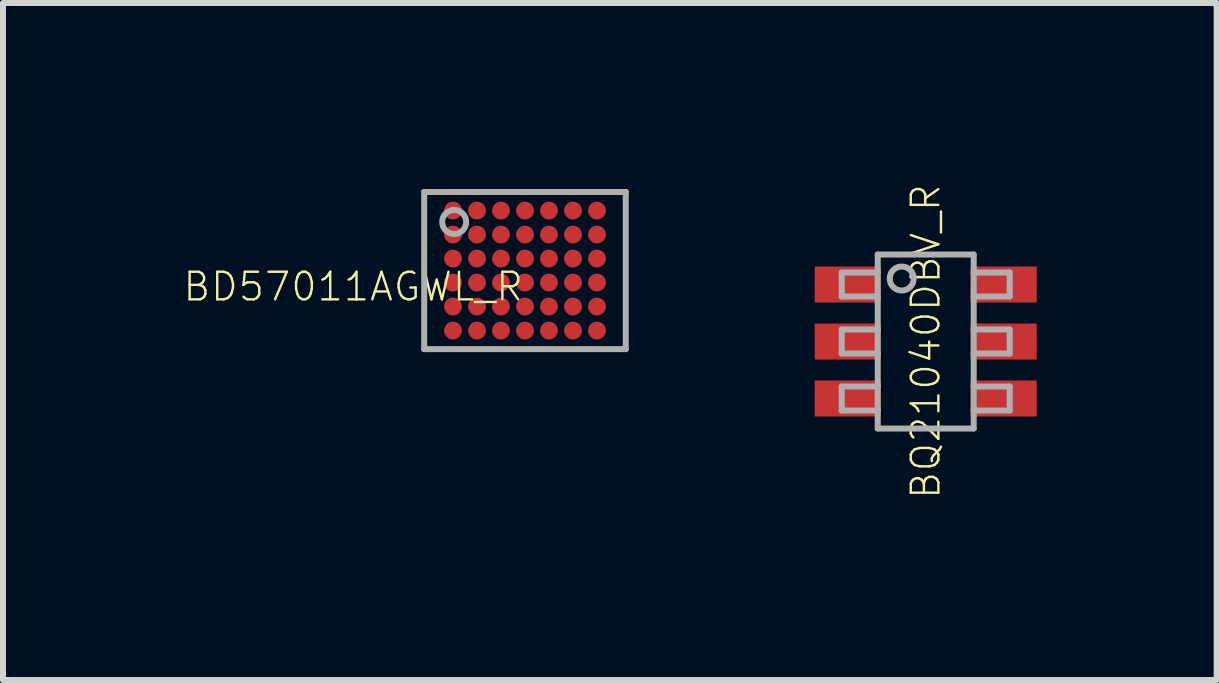
<source format=kicad_pcb>
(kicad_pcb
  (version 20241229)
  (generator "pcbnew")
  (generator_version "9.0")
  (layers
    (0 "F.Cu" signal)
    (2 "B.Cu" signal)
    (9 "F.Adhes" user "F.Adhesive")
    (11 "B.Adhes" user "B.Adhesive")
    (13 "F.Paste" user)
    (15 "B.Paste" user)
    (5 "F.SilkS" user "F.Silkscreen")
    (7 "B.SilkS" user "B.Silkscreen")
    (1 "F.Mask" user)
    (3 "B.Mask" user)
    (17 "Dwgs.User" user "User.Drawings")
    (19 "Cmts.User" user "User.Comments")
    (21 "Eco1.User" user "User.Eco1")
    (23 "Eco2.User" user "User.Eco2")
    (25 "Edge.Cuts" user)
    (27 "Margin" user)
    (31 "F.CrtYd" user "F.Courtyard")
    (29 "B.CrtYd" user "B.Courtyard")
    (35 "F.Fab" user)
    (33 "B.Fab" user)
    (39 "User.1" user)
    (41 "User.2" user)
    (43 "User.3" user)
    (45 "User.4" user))
  (footprint "BD57011AGWL_R"
    (layer "F.Cu")
    (at 5.701 1.46)
    (property "Reference" "BD57011AGWL_R" (at 0 0 0) (unlocked yes) (layer "F.SilkS") (effects (font (size 0.46 0.46) (thickness 0.04)) (justify right top)))
    (fp_line (start -1.78 -1.41) (end -1.78 -1.11) (stroke (width 0.1) (type solid)) (layer "F.Mask"))
    (fp_line (start -1.78 -1.41) (end -1.48 -1.41) (stroke (width 0.1) (type solid)) (layer "F.Mask"))
    (fp_line (start -1.78 1.41) (end -1.78 1.11) (stroke (width 0.1) (type solid)) (layer "F.Mask"))
    (fp_line (start -1.78 1.41) (end -1.48 1.41) (stroke (width 0.1) (type solid)) (layer "F.Mask"))
    (fp_line (start 1.78 -1.41) (end 1.48 -1.41) (stroke (width 0.1) (type solid)) (layer "F.Mask"))
    (fp_line (start 1.78 -1.41) (end 1.78 -1.11) (stroke (width 0.1) (type solid)) (layer "F.Mask"))
    (fp_line (start 1.78 1.41) (end 1.48 1.41) (stroke (width 0.1) (type solid)) (layer "F.Mask"))
    (fp_line (start 1.78 1.41) (end 1.78 1.11) (stroke (width 0.1) (type solid)) (layer "F.Mask"))
    (fp_circle (center -1.2 -1) (end -1.15 -1) (stroke (width 0.1) (type solid)) (fill yes) (layer "F.Mask"))
    (fp_circle (center -1.2 -0.6) (end -1.15 -0.6) (stroke (width 0.1) (type solid)) (fill yes) (layer "F.Mask"))
    (fp_circle (center -1.2 -0.2) (end -1.15 -0.2) (stroke (width 0.1) (type solid)) (fill yes) (layer "F.Mask"))
    (fp_circle (center -1.2 0.2) (end -1.15 0.2) (stroke (width 0.1) (type solid)) (fill yes) (layer "F.Mask"))
    (fp_circle (center -1.2 0.6) (end -1.15 0.6) (stroke (width 0.1) (type solid)) (fill yes) (layer "F.Mask"))
    (fp_circle (center -1.2 1) (end -1.15 1) (stroke (width 0.1) (type solid)) (fill yes) (layer "F.Mask"))
    (fp_circle (center -0.8 -1) (end -0.75 -1) (stroke (width 0.1) (type solid)) (fill yes) (layer "F.Mask"))
    (fp_circle (center -0.8 -0.6) (end -0.75 -0.6) (stroke (width 0.1) (type solid)) (fill yes) (layer "F.Mask"))
    (fp_circle (center -0.8 -0.2) (end -0.75 -0.2) (stroke (width 0.1) (type solid)) (fill yes) (layer "F.Mask"))
    (fp_circle (center -0.8 0.2) (end -0.75 0.2) (stroke (width 0.1) (type solid)) (fill yes) (layer "F.Mask"))
    (fp_circle (center -0.8 0.6) (end -0.75 0.6) (stroke (width 0.1) (type solid)) (fill yes) (layer "F.Mask"))
    (fp_circle (center -0.8 1) (end -0.75 1) (stroke (width 0.1) (type solid)) (fill yes) (layer "F.Mask"))
    (fp_circle (center -0.4 -1) (end -0.35 -1) (stroke (width 0.1) (type solid)) (fill yes) (layer "F.Mask"))
    (fp_circle (center -0.4 -0.6) (end -0.35 -0.6) (stroke (width 0.1) (type solid)) (fill yes) (layer "F.Mask"))
    (fp_circle (center -0.4 -0.2) (end -0.35 -0.2) (stroke (width 0.1) (type solid)) (fill yes) (layer "F.Mask"))
    (fp_circle (center -0.4 0.2) (end -0.35 0.2) (stroke (width 0.1) (type solid)) (fill yes) (layer "F.Mask"))
    (fp_circle (center -0.4 0.6) (end -0.35 0.6) (stroke (width 0.1) (type solid)) (fill yes) (layer "F.Mask"))
    (fp_circle (center -0.4 1) (end -0.35 1) (stroke (width 0.1) (type solid)) (fill yes) (layer "F.Mask"))
    (fp_circle (center 0 -1) (end 0.05 -1) (stroke (width 0.1) (type solid)) (fill yes) (layer "F.Mask"))
    (fp_circle (center 0 -0.6) (end 0.05 -0.6) (stroke (width 0.1) (type solid)) (fill yes) (layer "F.Mask"))
    (fp_circle (center 0 -0.2) (end 0.05 -0.2) (stroke (width 0.1) (type solid)) (fill yes) (layer "F.Mask"))
    (fp_circle (center 0 0.2) (end 0.05 0.2) (stroke (width 0.1) (type solid)) (fill yes) (layer "F.Mask"))
    (fp_circle (center 0 0.6) (end 0.05 0.6) (stroke (width 0.1) (type solid)) (fill yes) (layer "F.Mask"))
    (fp_circle (center 0 1) (end 0.05 1) (stroke (width 0.1) (type solid)) (fill yes) (layer "F.Mask"))
    (fp_circle (center 0.4 -1) (end 0.45 -1) (stroke (width 0.1) (type solid)) (fill yes) (layer "F.Mask"))
    (fp_circle (center 0.4 -0.6) (end 0.45 -0.6) (stroke (width 0.1) (type solid)) (fill yes) (layer "F.Mask"))
    (fp_circle (center 0.4 -0.2) (end 0.45 -0.2) (stroke (width 0.1) (type solid)) (fill yes) (layer "F.Mask"))
    (fp_circle (center 0.4 0.2) (end 0.45 0.2) (stroke (width 0.1) (type solid)) (fill yes) (layer "F.Mask"))
    (fp_circle (center 0.4 0.6) (end 0.45 0.6) (stroke (width 0.1) (type solid)) (fill yes) (layer "F.Mask"))
    (fp_circle (center 0.4 1) (end 0.45 1) (stroke (width 0.1) (type solid)) (fill yes) (layer "F.Mask"))
    (fp_circle (center 0.8 -1) (end 0.85 -1) (stroke (width 0.1) (type solid)) (fill yes) (layer "F.Mask"))
    (fp_circle (center 0.8 -0.6) (end 0.85 -0.6) (stroke (width 0.1) (type solid)) (fill yes) (layer "F.Mask"))
    (fp_circle (center 0.8 -0.2) (end 0.85 -0.2) (stroke (width 0.1) (type solid)) (fill yes) (layer "F.Mask"))
    (fp_circle (center 0.8 0.2) (end 0.85 0.2) (stroke (width 0.1) (type solid)) (fill yes) (layer "F.Mask"))
    (fp_circle (center 0.8 0.6) (end 0.85 0.6) (stroke (width 0.1) (type solid)) (fill yes) (layer "F.Mask"))
    (fp_circle (center 0.8 1) (end 0.85 1) (stroke (width 0.1) (type solid)) (fill yes) (layer "F.Mask"))
    (fp_circle (center 1.2 -1) (end 1.25 -1) (stroke (width 0.1) (type solid)) (fill yes) (layer "F.Mask"))
    (fp_circle (center 1.2 -0.6) (end 1.25 -0.6) (stroke (width 0.1) (type solid)) (fill yes) (layer "F.Mask"))
    (fp_circle (center 1.2 -0.2) (end 1.25 -0.2) (stroke (width 0.1) (type solid)) (fill yes) (layer "F.Mask"))
    (fp_circle (center 1.2 0.2) (end 1.25 0.2) (stroke (width 0.1) (type solid)) (fill yes) (layer "F.Mask"))
    (fp_circle (center 1.2 0.6) (end 1.25 0.6) (stroke (width 0.1) (type solid)) (fill yes) (layer "F.Mask"))
    (fp_circle (center 1.2 1) (end 1.25 1) (stroke (width 0.1) (type solid)) (fill yes) (layer "F.Mask"))
    (fp_circle (center -1.2 -1) (end -1.15 -1) (stroke (width 0.1) (type solid)) (fill yes) (layer "F.Paste"))
    (fp_circle (center -1.2 -0.6) (end -1.15 -0.6) (stroke (width 0.1) (type solid)) (fill yes) (layer "F.Paste"))
    (fp_circle (center -1.2 -0.2) (end -1.15 -0.2) (stroke (width 0.1) (type solid)) (fill yes) (layer "F.Paste"))
    (fp_circle (center -1.2 0.2) (end -1.15 0.2) (stroke (width 0.1) (type solid)) (fill yes) (layer "F.Paste"))
    (fp_circle (center -1.2 0.6) (end -1.15 0.6) (stroke (width 0.1) (type solid)) (fill yes) (layer "F.Paste"))
    (fp_circle (center -1.2 1) (end -1.15 1) (stroke (width 0.1) (type solid)) (fill yes) (layer "F.Paste"))
    (fp_circle (center -0.8 -1) (end -0.75 -1) (stroke (width 0.1) (type solid)) (fill yes) (layer "F.Paste"))
    (fp_circle (center -0.8 -0.6) (end -0.75 -0.6) (stroke (width 0.1) (type solid)) (fill yes) (layer "F.Paste"))
    (fp_circle (center -0.8 -0.2) (end -0.75 -0.2) (stroke (width 0.1) (type solid)) (fill yes) (layer "F.Paste"))
    (fp_circle (center -0.8 0.2) (end -0.75 0.2) (stroke (width 0.1) (type solid)) (fill yes) (layer "F.Paste"))
    (fp_circle (center -0.8 0.6) (end -0.75 0.6) (stroke (width 0.1) (type solid)) (fill yes) (layer "F.Paste"))
    (fp_circle (center -0.8 1) (end -0.75 1) (stroke (width 0.1) (type solid)) (fill yes) (layer "F.Paste"))
    (fp_circle (center -0.4 -1) (end -0.35 -1) (stroke (width 0.1) (type solid)) (fill yes) (layer "F.Paste"))
    (fp_circle (center -0.4 -0.6) (end -0.35 -0.6) (stroke (width 0.1) (type solid)) (fill yes) (layer "F.Paste"))
    (fp_circle (center -0.4 -0.2) (end -0.35 -0.2) (stroke (width 0.1) (type solid)) (fill yes) (layer "F.Paste"))
    (fp_circle (center -0.4 0.2) (end -0.35 0.2) (stroke (width 0.1) (type solid)) (fill yes) (layer "F.Paste"))
    (fp_circle (center -0.4 0.6) (end -0.35 0.6) (stroke (width 0.1) (type solid)) (fill yes) (layer "F.Paste"))
    (fp_circle (center -0.4 1) (end -0.35 1) (stroke (width 0.1) (type solid)) (fill yes) (layer "F.Paste"))
    (fp_circle (center 0 -1) (end 0.05 -1) (stroke (width 0.1) (type solid)) (fill yes) (layer "F.Paste"))
    (fp_circle (center 0 -0.6) (end 0.05 -0.6) (stroke (width 0.1) (type solid)) (fill yes) (layer "F.Paste"))
    (fp_circle (center 0 -0.2) (end 0.05 -0.2) (stroke (width 0.1) (type solid)) (fill yes) (layer "F.Paste"))
    (fp_circle (center 0 0.2) (end 0.05 0.2) (stroke (width 0.1) (type solid)) (fill yes) (layer "F.Paste"))
    (fp_circle (center 0 0.6) (end 0.05 0.6) (stroke (width 0.1) (type solid)) (fill yes) (layer "F.Paste"))
    (fp_circle (center 0 1) (end 0.05 1) (stroke (width 0.1) (type solid)) (fill yes) (layer "F.Paste"))
    (fp_circle (center 0.4 -1) (end 0.45 -1) (stroke (width 0.1) (type solid)) (fill yes) (layer "F.Paste"))
    (fp_circle (center 0.4 -0.6) (end 0.45 -0.6) (stroke (width 0.1) (type solid)) (fill yes) (layer "F.Paste"))
    (fp_circle (center 0.4 -0.2) (end 0.45 -0.2) (stroke (width 0.1) (type solid)) (fill yes) (layer "F.Paste"))
    (fp_circle (center 0.4 0.2) (end 0.45 0.2) (stroke (width 0.1) (type solid)) (fill yes) (layer "F.Paste"))
    (fp_circle (center 0.4 0.6) (end 0.45 0.6) (stroke (width 0.1) (type solid)) (fill yes) (layer "F.Paste"))
    (fp_circle (center 0.4 1) (end 0.45 1) (stroke (width 0.1) (type solid)) (fill yes) (layer "F.Paste"))
    (fp_circle (center 0.8 -1) (end 0.85 -1) (stroke (width 0.1) (type solid)) (fill yes) (layer "F.Paste"))
    (fp_circle (center 0.8 -0.6) (end 0.85 -0.6) (stroke (width 0.1) (type solid)) (fill yes) (layer "F.Paste"))
    (fp_circle (center 0.8 -0.2) (end 0.85 -0.2) (stroke (width 0.1) (type solid)) (fill yes) (layer "F.Paste"))
    (fp_circle (center 0.8 0.2) (end 0.85 0.2) (stroke (width 0.1) (type solid)) (fill yes) (layer "F.Paste"))
    (fp_circle (center 0.8 0.6) (end 0.85 0.6) (stroke (width 0.1) (type solid)) (fill yes) (layer "F.Paste"))
    (fp_circle (center 0.8 1) (end 0.85 1) (stroke (width 0.1) (type solid)) (fill yes) (layer "F.Paste"))
    (fp_circle (center 1.2 -1) (end 1.25 -1) (stroke (width 0.1) (type solid)) (fill yes) (layer "F.Paste"))
    (fp_circle (center 1.2 -0.6) (end 1.25 -0.6) (stroke (width 0.1) (type solid)) (fill yes) (layer "F.Paste"))
    (fp_circle (center 1.2 -0.2) (end 1.25 -0.2) (stroke (width 0.1) (type solid)) (fill yes) (layer "F.Paste"))
    (fp_circle (center 1.2 0.2) (end 1.25 0.2) (stroke (width 0.1) (type solid)) (fill yes) (layer "F.Paste"))
    (fp_circle (center 1.2 0.6) (end 1.25 0.6) (stroke (width 0.1) (type solid)) (fill yes) (layer "F.Paste"))
    (fp_circle (center 1.2 1) (end 1.25 1) (stroke (width 0.1) (type solid)) (fill yes) (layer "F.Paste"))
    (fp_line (start -1.68 -1.31) (end 1.68 -1.31) (stroke (width 0.1) (type solid)) (layer "F.Fab"))
    (fp_line (start -1.68 1.31) (end -1.68 -1.31) (stroke (width 0.1) (type solid)) (layer "F.Fab"))
    (fp_line (start 1.68 -1.31) (end 1.68 1.31) (stroke (width 0.1) (type solid)) (layer "F.Fab"))
    (fp_line (start 1.68 1.31) (end -1.68 1.31) (stroke (width 0.1) (type solid)) (layer "F.Fab"))
    (fp_circle (center -1.18 -0.81) (end -0.98 -0.81) (stroke (width 0.1) (type solid)) (fill no) (layer "F.Fab"))
    (pad "A1" smd roundrect (at -1.2 -1) (size 0.3 0.3) (layers "F.Cu") (roundrect_rratio 0.5))
    (pad "A2" smd roundrect (at -0.8 -1) (size 0.3 0.3) (layers "F.Cu") (roundrect_rratio 0.5))
    (pad "A3" smd roundrect (at -0.4 -1) (size 0.3 0.3) (layers "F.Cu") (roundrect_rratio 0.5))
    (pad "A4" smd roundrect (at 0 -1) (size 0.3 0.3) (layers "F.Cu") (roundrect_rratio 0.5))
    (pad "A5" smd roundrect (at 0.4 -1) (size 0.3 0.3) (layers "F.Cu") (roundrect_rratio 0.5))
    (pad "A6" smd roundrect (at 0.8 -1) (size 0.3 0.3) (layers "F.Cu") (roundrect_rratio 0.5))
    (pad "A7" smd roundrect (at 1.2 -1) (size 0.3 0.3) (layers "F.Cu") (roundrect_rratio 0.5))
    (pad "B1" smd roundrect (at -1.2 -0.6) (size 0.3 0.3) (layers "F.Cu") (roundrect_rratio 0.5))
    (pad "B2" smd roundrect (at -0.8 -0.6) (size 0.3 0.3) (layers "F.Cu") (roundrect_rratio 0.5))
    (pad "B3" smd roundrect (at -0.4 -0.6) (size 0.3 0.3) (layers "F.Cu") (roundrect_rratio 0.5))
    (pad "B4" smd roundrect (at 0 -0.6) (size 0.3 0.3) (layers "F.Cu") (roundrect_rratio 0.5))
    (pad "B5" smd roundrect (at 0.4 -0.6) (size 0.3 0.3) (layers "F.Cu") (roundrect_rratio 0.5))
    (pad "B6" smd roundrect (at 0.8 -0.6) (size 0.3 0.3) (layers "F.Cu") (roundrect_rratio 0.5))
    (pad "B7" smd roundrect (at 1.2 -0.6) (size 0.3 0.3) (layers "F.Cu") (roundrect_rratio 0.5))
    (pad "C1" smd roundrect (at -1.2 -0.2) (size 0.3 0.3) (layers "F.Cu") (roundrect_rratio 0.5))
    (pad "C2" smd roundrect (at -0.8 -0.2) (size 0.3 0.3) (layers "F.Cu") (roundrect_rratio 0.5))
    (pad "C3" smd roundrect (at -0.4 -0.2) (size 0.3 0.3) (layers "F.Cu") (roundrect_rratio 0.5))
    (pad "C4" smd roundrect (at 0 -0.2) (size 0.3 0.3) (layers "F.Cu") (roundrect_rratio 0.5))
    (pad "C5" smd roundrect (at 0.4 -0.2) (size 0.3 0.3) (layers "F.Cu") (roundrect_rratio 0.5))
    (pad "C6" smd roundrect (at 0.8 -0.2) (size 0.3 0.3) (layers "F.Cu") (roundrect_rratio 0.5))
    (pad "C7" smd roundrect (at 1.2 -0.2) (size 0.3 0.3) (layers "F.Cu") (roundrect_rratio 0.5))
    (pad "D1" smd roundrect (at -1.2 0.2) (size 0.3 0.3) (layers "F.Cu") (roundrect_rratio 0.5))
    (pad "D2" smd roundrect (at -0.8 0.2) (size 0.3 0.3) (layers "F.Cu") (roundrect_rratio 0.5))
    (pad "D3" smd roundrect (at -0.4 0.2) (size 0.3 0.3) (layers "F.Cu") (roundrect_rratio 0.5))
    (pad "D4" smd roundrect (at 0 0.2) (size 0.3 0.3) (layers "F.Cu") (roundrect_rratio 0.5))
    (pad "D5" smd roundrect (at 0.4 0.2) (size 0.3 0.3) (layers "F.Cu") (roundrect_rratio 0.5))
    (pad "D6" smd roundrect (at 0.8 0.2) (size 0.3 0.3) (layers "F.Cu") (roundrect_rratio 0.5))
    (pad "D7" smd roundrect (at 1.2 0.2) (size 0.3 0.3) (layers "F.Cu") (roundrect_rratio 0.5))
    (pad "E1" smd roundrect (at -1.2 0.6) (size 0.3 0.3) (layers "F.Cu") (roundrect_rratio 0.5))
    (pad "E2" smd roundrect (at -0.8 0.6) (size 0.3 0.3) (layers "F.Cu") (roundrect_rratio 0.5))
    (pad "E3" smd roundrect (at -0.4 0.6) (size 0.3 0.3) (layers "F.Cu") (roundrect_rratio 0.5))
    (pad "E4" smd roundrect (at 0 0.6) (size 0.3 0.3) (layers "F.Cu") (roundrect_rratio 0.5))
    (pad "E5" smd roundrect (at 0.4 0.6) (size 0.3 0.3) (layers "F.Cu") (roundrect_rratio 0.5))
    (pad "E6" smd roundrect (at 0.8 0.6) (size 0.3 0.3) (layers "F.Cu") (roundrect_rratio 0.5))
    (pad "E7" smd roundrect (at 1.2 0.6) (size 0.3 0.3) (layers "F.Cu") (roundrect_rratio 0.5))
    (pad "F1" smd roundrect (at -1.2 1) (size 0.3 0.3) (layers "F.Cu") (roundrect_rratio 0.5))
    (pad "F2" smd roundrect (at -0.8 1) (size 0.3 0.3) (layers "F.Cu") (roundrect_rratio 0.5))
    (pad "F3" smd roundrect (at -0.4 1) (size 0.3 0.3) (layers "F.Cu") (roundrect_rratio 0.5))
    (pad "F4" smd roundrect (at 0 1) (size 0.3 0.3) (layers "F.Cu") (roundrect_rratio 0.5))
    (pad "F5" smd roundrect (at 0.4 1) (size 0.3 0.3) (layers "F.Cu") (roundrect_rratio 0.5))
    (pad "F6" smd roundrect (at 0.8 1) (size 0.3 0.3) (layers "F.Cu") (roundrect_rratio 0.5))
    (pad "F7" smd roundrect (at 1.2 1) (size 0.3 0.3) (layers "F.Cu") (roundrect_rratio 0.5)))
  (footprint "BQ21040DBV_R"
    (layer "F.Cu")
    (at 12.381 2.643)
    (property "Reference" "BQ21040DBV_R" (at 0 0 90) (unlocked yes) (layer "F.SilkS") (effects (font (size 0.46 0.46) (thickness 0.04))))
    (fp_line (start -1.4 -1.15) (end -1.4 -0.75) (stroke (width 0.1) (type solid)) (layer "F.Fab"))
    (fp_line (start -1.4 -0.75) (end -0.8 -0.75) (stroke (width 0.1) (type solid)) (layer "F.Fab"))
    (fp_line (start -1.4 -0.2) (end -1.4 0.2) (stroke (width 0.1) (type solid)) (layer "F.Fab"))
    (fp_line (start -1.4 0.75) (end -1.4 1.15) (stroke (width 0.1) (type solid)) (layer "F.Fab"))
    (fp_line (start -0.8 -1.45) (end 0.8 -1.45) (stroke (width 0.1) (type solid)) (layer "F.Fab"))
    (fp_line (start -0.8 -1.15) (end -1.4 -1.15) (stroke (width 0.1) (type solid)) (layer "F.Fab"))
    (fp_line (start -0.8 -1.15) (end -0.8 -1.45) (stroke (width 0.1) (type solid)) (layer "F.Fab"))
    (fp_line (start -0.8 -0.75) (end -0.8 -1.15) (stroke (width 0.1) (type solid)) (layer "F.Fab"))
    (fp_line (start -0.8 -0.2) (end -1.4 -0.2) (stroke (width 0.1) (type solid)) (layer "F.Fab"))
    (fp_line (start -0.8 -0.2) (end -0.8 -0.75) (stroke (width 0.1) (type solid)) (layer "F.Fab"))
    (fp_line (start -0.8 0.2) (end -1.4 0.2) (stroke (width 0.1) (type solid)) (layer "F.Fab"))
    (fp_line (start -0.8 0.2) (end -0.8 -0.2) (stroke (width 0.1) (type solid)) (layer "F.Fab"))
    (fp_line (start -0.8 0.75) (end -1.4 0.75) (stroke (width 0.1) (type solid)) (layer "F.Fab"))
    (fp_line (start -0.8 0.75) (end -0.8 0.2) (stroke (width 0.1) (type solid)) (layer "F.Fab"))
    (fp_line (start -0.8 1.15) (end -1.4 1.15) (stroke (width 0.1) (type solid)) (layer "F.Fab"))
    (fp_line (start -0.8 1.15) (end -0.8 0.75) (stroke (width 0.1) (type solid)) (layer "F.Fab"))
    (fp_line (start -0.8 1.45) (end -0.8 1.15) (stroke (width 0.1) (type solid)) (layer "F.Fab"))
    (fp_line (start 0.8 -1.45) (end 0.8 -1.15) (stroke (width 0.1) (type solid)) (layer "F.Fab"))
    (fp_line (start 0.8 -1.15) (end 0.8 -0.75) (stroke (width 0.1) (type solid)) (layer "F.Fab"))
    (fp_line (start 0.8 -0.75) (end 0.8 -0.2) (stroke (width 0.1) (type solid)) (layer "F.Fab"))
    (fp_line (start 0.8 -0.2) (end 0.8 0.2) (stroke (width 0.1) (type solid)) (layer "F.Fab"))
    (fp_line (start 0.8 0.2) (end 0.8 0.75) (stroke (width 0.1) (type solid)) (layer "F.Fab"))
    (fp_line (start 0.8 0.75) (end 0.8 1.15) (stroke (width 0.1) (type solid)) (layer "F.Fab"))
    (fp_line (start 0.8 1.15) (end 0.8 1.45) (stroke (width 0.1) (type solid)) (layer "F.Fab"))
    (fp_line (start 0.8 1.45) (end -0.8 1.45) (stroke (width 0.1) (type solid)) (layer "F.Fab"))
    (fp_line (start 1.4 -1.15) (end 0.8 -1.15) (stroke (width 0.1) (type solid)) (layer "F.Fab"))
    (fp_line (start 1.4 -1.15) (end 1.4 -0.75) (stroke (width 0.1) (type solid)) (layer "F.Fab"))
    (fp_line (start 1.4 -0.75) (end 0.8 -0.75) (stroke (width 0.1) (type solid)) (layer "F.Fab"))
    (fp_line (start 1.4 -0.2) (end 0.8 -0.2) (stroke (width 0.1) (type solid)) (layer "F.Fab"))
    (fp_line (start 1.4 -0.2) (end 1.4 0.2) (stroke (width 0.1) (type solid)) (layer "F.Fab"))
    (fp_line (start 1.4 0.2) (end 0.8 0.2) (stroke (width 0.1) (type solid)) (layer "F.Fab"))
    (fp_line (start 1.4 0.75) (end 0.8 0.75) (stroke (width 0.1) (type solid)) (layer "F.Fab"))
    (fp_line (start 1.4 0.75) (end 1.4 1.15) (stroke (width 0.1) (type solid)) (layer "F.Fab"))
    (fp_line (start 1.4 1.15) (end 0.8 1.15) (stroke (width 0.1) (type solid)) (layer "F.Fab"))
    (fp_circle (center -0.4 -1.05) (end -0.2 -1.05) (stroke (width 0.1) (type solid)) (fill no) (layer "F.Fab"))
    (pad "1" smd rect (at -1.3 -0.95) (size 1.1 0.6) (layers "F.Cu" "F.Mask" "F.Paste"))
    (pad "2" smd rect (at -1.3 0) (size 1.1 0.6) (layers "F.Cu" "F.Mask" "F.Paste"))
    (pad "3" smd rect (at -1.3 0.95) (size 1.1 0.6) (layers "F.Cu" "F.Mask" "F.Paste"))
    (pad "4" smd rect (at 1.3 0.95) (size 1.1 0.6) (layers "F.Cu" "F.Mask" "F.Paste"))
    (pad "5" smd rect (at 1.3 0) (size 1.1 0.6) (layers "F.Cu" "F.Mask" "F.Paste"))
    (pad "6" smd rect (at 1.3 -0.95) (size 1.1 0.6) (layers "F.Cu" "F.Mask" "F.Paste")))
  (gr_rect
    (start -3 -3)
    (end 17.231 8.285)
    (stroke (width 0.1) (type default))
    (fill no)
    (layer "Edge.Cuts")))
</source>
